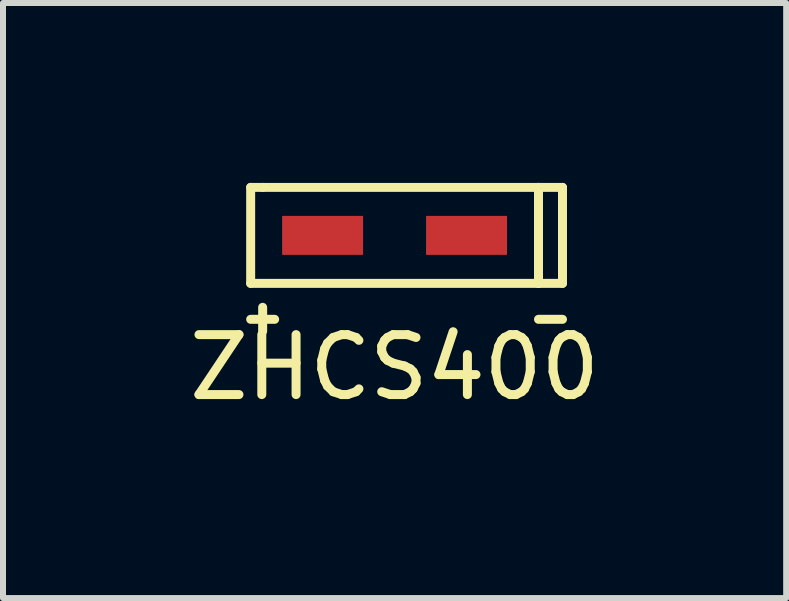
<source format=kicad_pcb>
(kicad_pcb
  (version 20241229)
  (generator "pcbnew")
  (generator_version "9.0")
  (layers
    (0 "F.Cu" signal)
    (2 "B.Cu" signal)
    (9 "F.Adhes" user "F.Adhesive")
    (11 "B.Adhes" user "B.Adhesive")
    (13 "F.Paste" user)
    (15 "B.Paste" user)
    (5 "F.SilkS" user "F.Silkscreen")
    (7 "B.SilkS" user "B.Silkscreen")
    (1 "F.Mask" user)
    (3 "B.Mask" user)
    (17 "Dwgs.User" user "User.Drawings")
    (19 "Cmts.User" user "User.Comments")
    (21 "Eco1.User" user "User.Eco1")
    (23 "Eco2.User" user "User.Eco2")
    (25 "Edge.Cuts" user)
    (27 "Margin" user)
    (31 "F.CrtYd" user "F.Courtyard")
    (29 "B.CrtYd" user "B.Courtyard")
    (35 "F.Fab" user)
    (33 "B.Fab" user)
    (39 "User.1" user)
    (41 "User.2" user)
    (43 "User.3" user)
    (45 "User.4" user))
  (footprint "ZHCS400"
    (layer "F.Cu")
    (at 3.53 0.875)
    (property "Reference" "ZHCS400" (at 0 2.2 0) (layer "F.SilkS") (effects (font (size 1 1) (thickness 0.15))))
    (attr through_hole)
    (fp_line (start -2.4 -0.8) (end -2.2 -0.8) (stroke (width 0.15) (type solid)) (layer "F.SilkS"))
    (fp_line (start -2.4 0.8) (end -2.4 -0.8) (stroke (width 0.15) (type solid)) (layer "F.SilkS"))
    (fp_line (start -2.4 1.4) (end -2 1.4) (stroke (width 0.15) (type solid)) (layer "F.SilkS"))
    (fp_line (start -2.2 -0.8) (end 2.4 -0.8) (stroke (width 0.15) (type solid)) (layer "F.SilkS"))
    (fp_line (start -2.2 1.2) (end -2.2 1.6) (stroke (width 0.15) (type solid)) (layer "F.SilkS"))
    (fp_line (start 2.4 -0.8) (end 2.4 0.8) (stroke (width 0.15) (type solid)) (layer "F.SilkS"))
    (fp_line (start 2.4 -0.8) (end 2.8 -0.8) (stroke (width 0.15) (type solid)) (layer "F.SilkS"))
    (fp_line (start 2.4 0.8) (end -2.4 0.8) (stroke (width 0.15) (type solid)) (layer "F.SilkS"))
    (fp_line (start 2.4 1.4) (end 2.8 1.4) (stroke (width 0.15) (type solid)) (layer "F.SilkS"))
    (fp_line (start 2.8 -0.8) (end 2.8 0.8) (stroke (width 0.15) (type solid)) (layer "F.SilkS"))
    (fp_line (start 2.8 0.8) (end 2.4 0.8) (stroke (width 0.15) (type solid)) (layer "F.SilkS"))
    (pad "1" smd rect (at -1.2 0) (size 1.35 0.65) (layers "F.Cu" "F.Mask" "F.Paste"))
    (pad "2" smd rect (at 1.2 0) (size 1.35 0.65) (layers "F.Cu" "F.Mask" "F.Paste")))
  (gr_rect
    (start -3 -3)
    (end 10.06 6.923)
    (stroke (width 0.1) (type default))
    (fill no)
    (layer "Edge.Cuts")))
</source>
